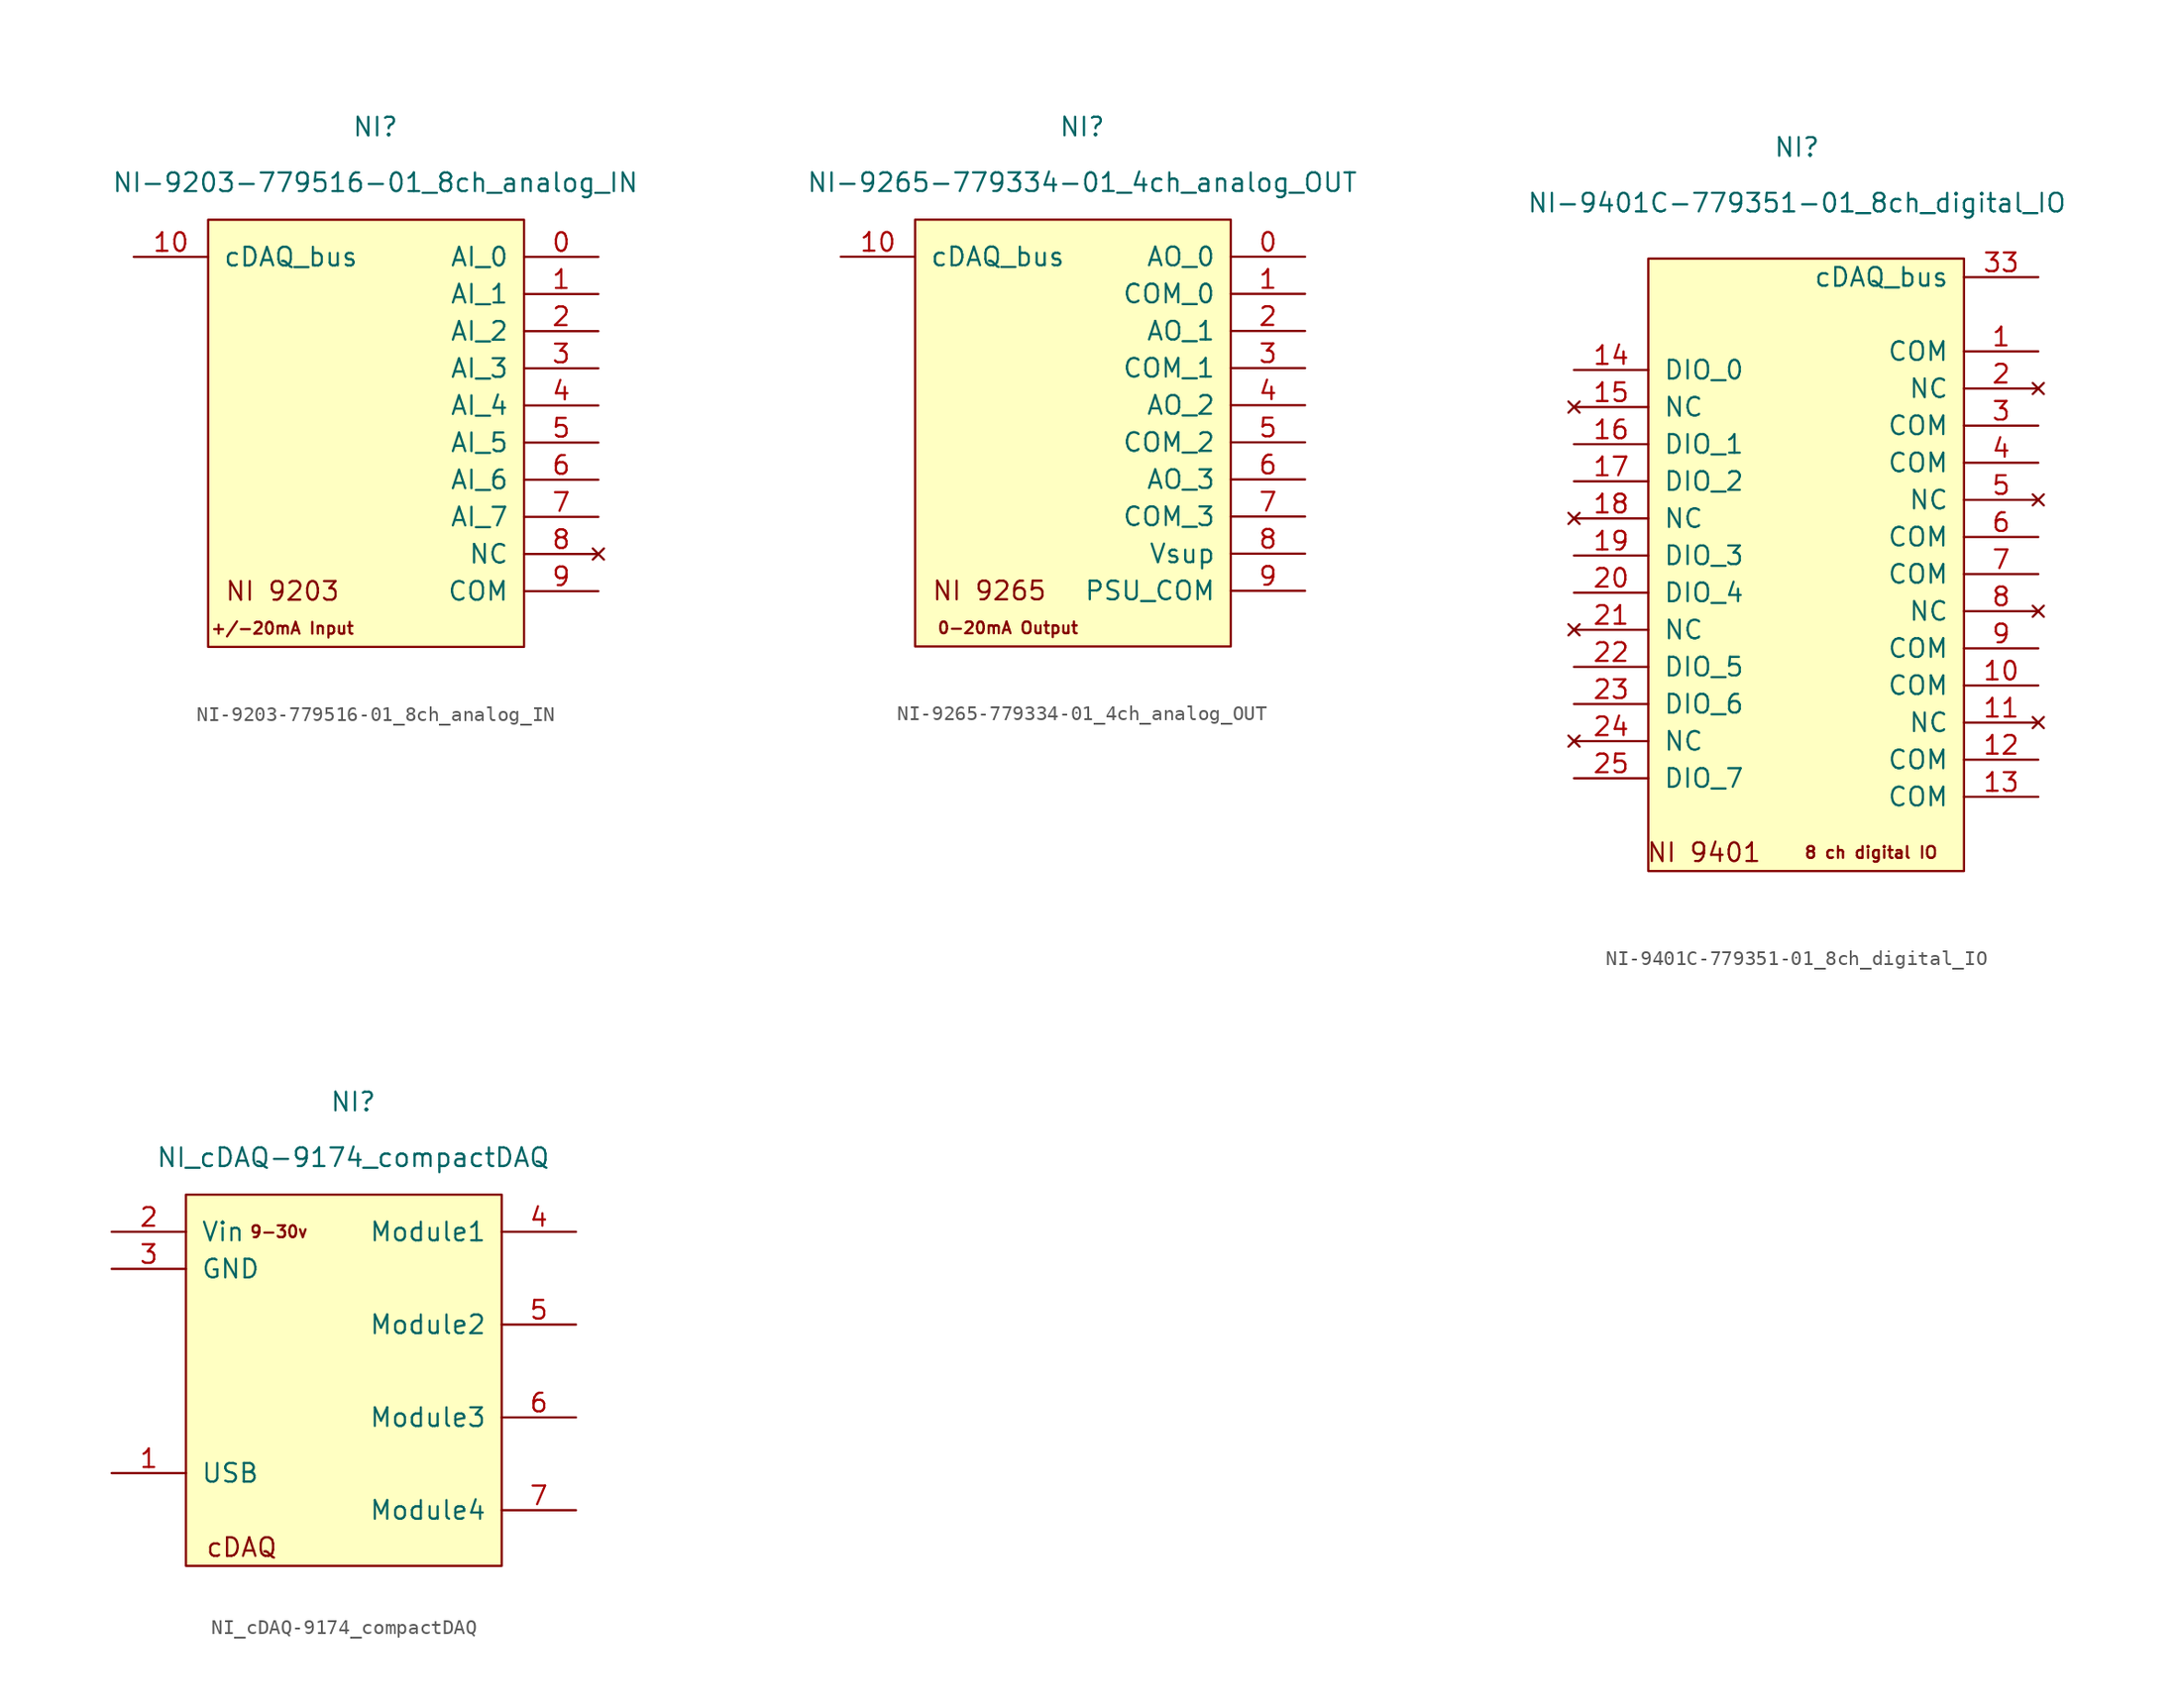
<source format=kicad_sym>
(kicad_symbol_lib
  (version 20211014)
  (generator kicad_symbol_editor)
  (symbol "NI-9203-779516-01_8ch_analog_IN"
    (pin_names
      (offset 1.016))
    (property "Reference" "NI"
      (at 0 11.43 0)
      (effects (font (size 1.27 1.27))))
    (property "Value" "NI-9203-779516-01_8ch_analog_IN"
      (at 0 7.62 0)
      (effects (font (size 1.27 1.27))))
    (symbol "NI-9203-779516-01_8ch_analog_IN_0_0"
      (text "+/-20mA Input" (at -6.35 -22.86 0) (effects (font (size 0.8 0.8))))
      (text "NI 9203" (at -6.35 -20.32 0) (effects (font (size 1.27 1.27)))))
    (symbol "NI-9203-779516-01_8ch_analog_IN_0_1"
      (rectangle (start -11.43 5.08) (end 10.16 -24.13) (stroke (width 0) (type default) (color 0 0 0 0)) (fill (type background))))
    (symbol "NI-9203-779516-01_8ch_analog_IN_1_1"
      (pin input line (at 15.24 2.54 180) (length 5.08) (name "AI_0" (effects (font (size 1.27 1.27)))) (number "0" (effects (font (size 1.27 1.27)))))
      (pin input line (at 15.24 0 180) (length 5.08) (name "AI_1" (effects (font (size 1.27 1.27)))) (number "1" (effects (font (size 1.27 1.27)))))
      (pin bidirectional line (at -16.51 2.54 0) (length 5.08) (name "cDAQ_bus" (effects (font (size 1.27 1.27)))) (number "10" (effects (font (size 1.27 1.27)))))
      (pin input line (at 15.24 -2.54 180) (length 5.08) (name "AI_2" (effects (font (size 1.27 1.27)))) (number "2" (effects (font (size 1.27 1.27)))))
      (pin input line (at 15.24 -5.08 180) (length 5.08) (name "AI_3" (effects (font (size 1.27 1.27)))) (number "3" (effects (font (size 1.27 1.27)))))
      (pin input line (at 15.24 -7.62 180) (length 5.08) (name "AI_4" (effects (font (size 1.27 1.27)))) (number "4" (effects (font (size 1.27 1.27)))))
      (pin input line (at 15.24 -10.16 180) (length 5.08) (name "AI_5" (effects (font (size 1.27 1.27)))) (number "5" (effects (font (size 1.27 1.27)))))
      (pin input line (at 15.24 -12.7 180) (length 5.08) (name "AI_6" (effects (font (size 1.27 1.27)))) (number "6" (effects (font (size 1.27 1.27)))))
      (pin input line (at 15.24 -15.24 180) (length 5.08) (name "AI_7" (effects (font (size 1.27 1.27)))) (number "7" (effects (font (size 1.27 1.27)))))
      (pin no_connect line (at 15.24 -17.78 180) (length 5.08) (name "NC" (effects (font (size 1.27 1.27)))) (number "8" (effects (font (size 1.27 1.27)))))
      (pin passive line (at 15.24 -20.32 180) (length 5.08) (name "COM" (effects (font (size 1.27 1.27)))) (number "9" (effects (font (size 1.27 1.27)))))))
  (symbol "NI-9265-779334-01_4ch_analog_OUT"
    (pin_names
      (offset 1.016))
    (property "Reference" "NI"
      (at 0 11.43 0)
      (effects (font (size 1.27 1.27))))
    (property "Value" "NI-9265-779334-01_4ch_analog_OUT"
      (at 0 7.62 0)
      (effects (font (size 1.27 1.27))))
    (symbol "NI-9265-779334-01_4ch_analog_OUT_0_0"
      (text "0-20mA Output" (at -5.08 -22.86 0) (effects (font (size 0.8 0.8))))
      (text "NI 9265" (at -6.35 -20.32 0) (effects (font (size 1.27 1.27)))))
    (symbol "NI-9265-779334-01_4ch_analog_OUT_0_1"
      (rectangle (start -11.43 5.08) (end 10.16 -24.13) (stroke (width 0) (type default) (color 0 0 0 0)) (fill (type background))))
    (symbol "NI-9265-779334-01_4ch_analog_OUT_1_1"
      (pin output line (at 15.24 2.54 180) (length 5.08) (name "AO_0" (effects (font (size 1.27 1.27)))) (number "0" (effects (font (size 1.27 1.27)))))
      (pin passive line (at 15.24 0 180) (length 5.08) (name "COM_0" (effects (font (size 1.27 1.27)))) (number "1" (effects (font (size 1.27 1.27)))))
      (pin bidirectional line (at -16.51 2.54 0) (length 5.08) (name "cDAQ_bus" (effects (font (size 1.27 1.27)))) (number "10" (effects (font (size 1.27 1.27)))))
      (pin output line (at 15.24 -2.54 180) (length 5.08) (name "AO_1" (effects (font (size 1.27 1.27)))) (number "2" (effects (font (size 1.27 1.27)))))
      (pin passive line (at 15.24 -5.08 180) (length 5.08) (name "COM_1" (effects (font (size 1.27 1.27)))) (number "3" (effects (font (size 1.27 1.27)))))
      (pin output line (at 15.24 -7.62 180) (length 5.08) (name "AO_2" (effects (font (size 1.27 1.27)))) (number "4" (effects (font (size 1.27 1.27)))))
      (pin passive line (at 15.24 -10.16 180) (length 5.08) (name "COM_2" (effects (font (size 1.27 1.27)))) (number "5" (effects (font (size 1.27 1.27)))))
      (pin output line (at 15.24 -12.7 180) (length 5.08) (name "AO_3" (effects (font (size 1.27 1.27)))) (number "6" (effects (font (size 1.27 1.27)))))
      (pin passive line (at 15.24 -15.24 180) (length 5.08) (name "COM_3" (effects (font (size 1.27 1.27)))) (number "7" (effects (font (size 1.27 1.27)))))
      (pin bidirectional line (at 15.24 -17.78 180) (length 5.08) (name "Vsup" (effects (font (size 1.27 1.27)))) (number "8" (effects (font (size 1.27 1.27)))))
      (pin bidirectional line (at 15.24 -20.32 180) (length 5.08) (name "PSU_COM" (effects (font (size 1.27 1.27)))) (number "9" (effects (font (size 1.27 1.27)))))))
  (symbol "NI-9401C-779351-01_8ch_digital_IO"
    (pin_names
      (offset 1.016))
    (property "Reference" "NI"
      (at 0 11.43 0)
      (effects (font (size 1.27 1.27))))
    (property "Value" "NI-9401C-779351-01_8ch_digital_IO"
      (at 0 7.62 0)
      (effects (font (size 1.27 1.27))))
    (symbol "NI-9401C-779351-01_8ch_digital_IO_0_0"
      (text "8 ch digital IO" (at 5.08 -36.83 0) (effects (font (size 0.8 0.8))))
      (text "NI 9401" (at -6.35 -36.83 0) (effects (font (size 1.27 1.27)))))
    (symbol "NI-9401C-779351-01_8ch_digital_IO_0_1"
      (rectangle (start -10.16 3.81) (end 11.43 -38.1) (stroke (width 0) (type default) (color 0 0 0 0)) (fill (type background))))
    (symbol "NI-9401C-779351-01_8ch_digital_IO_1_1"
      (pin passive line (at 16.51 -2.54 180) (length 5.08) (name "COM" (effects (font (size 1.27 1.27)))) (number "1" (effects (font (size 1.27 1.27)))))
      (pin passive line (at 16.51 -25.4 180) (length 5.08) (name "COM" (effects (font (size 1.27 1.27)))) (number "10" (effects (font (size 1.27 1.27)))))
      (pin no_connect line (at 16.51 -27.94 180) (length 5.08) (name "NC" (effects (font (size 1.27 1.27)))) (number "11" (effects (font (size 1.27 1.27)))))
      (pin passive line (at 16.51 -30.48 180) (length 5.08) (name "COM" (effects (font (size 1.27 1.27)))) (number "12" (effects (font (size 1.27 1.27)))))
      (pin passive line (at 16.51 -33.02 180) (length 5.08) (name "COM" (effects (font (size 1.27 1.27)))) (number "13" (effects (font (size 1.27 1.27)))))
      (pin bidirectional line (at -15.24 -3.81 0) (length 5.08) (name "DIO_0" (effects (font (size 1.27 1.27)))) (number "14" (effects (font (size 1.27 1.27)))))
      (pin no_connect line (at -15.24 -6.35 0) (length 5.08) (name "NC" (effects (font (size 1.27 1.27)))) (number "15" (effects (font (size 1.27 1.27)))))
      (pin bidirectional line (at -15.24 -8.89 0) (length 5.08) (name "DIO_1" (effects (font (size 1.27 1.27)))) (number "16" (effects (font (size 1.27 1.27)))))
      (pin bidirectional line (at -15.24 -11.43 0) (length 5.08) (name "DIO_2" (effects (font (size 1.27 1.27)))) (number "17" (effects (font (size 1.27 1.27)))))
      (pin no_connect line (at -15.24 -13.97 0) (length 5.08) (name "NC" (effects (font (size 1.27 1.27)))) (number "18" (effects (font (size 1.27 1.27)))))
      (pin bidirectional line (at -15.24 -16.51 0) (length 5.08) (name "DIO_3" (effects (font (size 1.27 1.27)))) (number "19" (effects (font (size 1.27 1.27)))))
      (pin no_connect line (at 16.51 -5.08 180) (length 5.08) (name "NC" (effects (font (size 1.27 1.27)))) (number "2" (effects (font (size 1.27 1.27)))))
      (pin bidirectional line (at -15.24 -19.05 0) (length 5.08) (name "DIO_4" (effects (font (size 1.27 1.27)))) (number "20" (effects (font (size 1.27 1.27)))))
      (pin no_connect line (at -15.24 -21.59 0) (length 5.08) (name "NC" (effects (font (size 1.27 1.27)))) (number "21" (effects (font (size 1.27 1.27)))))
      (pin bidirectional line (at -15.24 -24.13 0) (length 5.08) (name "DIO_5" (effects (font (size 1.27 1.27)))) (number "22" (effects (font (size 1.27 1.27)))))
      (pin bidirectional line (at -15.24 -26.67 0) (length 5.08) (name "DIO_6" (effects (font (size 1.27 1.27)))) (number "23" (effects (font (size 1.27 1.27)))))
      (pin no_connect line (at -15.24 -29.21 0) (length 5.08) (name "NC" (effects (font (size 1.27 1.27)))) (number "24" (effects (font (size 1.27 1.27)))))
      (pin bidirectional line (at -15.24 -31.75 0) (length 5.08) (name "DIO_7" (effects (font (size 1.27 1.27)))) (number "25" (effects (font (size 1.27 1.27)))))
      (pin passive line (at 16.51 -7.62 180) (length 5.08) (name "COM" (effects (font (size 1.27 1.27)))) (number "3" (effects (font (size 1.27 1.27)))))
      (pin bidirectional line (at 16.51 2.54 180) (length 5.08) (name "cDAQ_bus" (effects (font (size 1.27 1.27)))) (number "33" (effects (font (size 1.27 1.27)))))
      (pin passive line (at 16.51 -10.16 180) (length 5.08) (name "COM" (effects (font (size 1.27 1.27)))) (number "4" (effects (font (size 1.27 1.27)))))
      (pin no_connect line (at 16.51 -12.7 180) (length 5.08) (name "NC" (effects (font (size 1.27 1.27)))) (number "5" (effects (font (size 1.27 1.27)))))
      (pin passive line (at 16.51 -15.24 180) (length 5.08) (name "COM" (effects (font (size 1.27 1.27)))) (number "6" (effects (font (size 1.27 1.27)))))
      (pin passive line (at 16.51 -17.78 180) (length 5.08) (name "COM" (effects (font (size 1.27 1.27)))) (number "7" (effects (font (size 1.27 1.27)))))
      (pin no_connect line (at 16.51 -20.32 180) (length 5.08) (name "NC" (effects (font (size 1.27 1.27)))) (number "8" (effects (font (size 1.27 1.27)))))
      (pin passive line (at 16.51 -22.86 180) (length 5.08) (name "COM" (effects (font (size 1.27 1.27)))) (number "9" (effects (font (size 1.27 1.27)))))))
  (symbol "NI_cDAQ-9174_compactDAQ"
    (pin_names
      (offset 1.016))
    (property "Reference" "NI"
      (at 0 11.43 0)
      (effects (font (size 1.27 1.27))))
    (property "Value" "NI_cDAQ-9174_compactDAQ"
      (at 0 7.62 0)
      (effects (font (size 1.27 1.27))))
    (symbol "NI_cDAQ-9174_compactDAQ_0_0"
      (text "9-30v" (at -5.08 2.54 0) (effects (font (size 0.8 0.8))))
      (text "cDAQ" (at -7.62 -19.05 0) (effects (font (size 1.27 1.27)))))
    (symbol "NI_cDAQ-9174_compactDAQ_0_1"
      (rectangle (start -11.43 -20.32) (end 10.16 5.08) (stroke (width 0) (type default) (color 0 0 0 0)) (fill (type background))))
    (symbol "NI_cDAQ-9174_compactDAQ_1_1"
      (pin bidirectional line (at -16.51 -13.97 0) (length 5.08) (name "USB" (effects (font (size 1.27 1.27)))) (number "1" (effects (font (size 1.27 1.27)))))
      (pin input line (at -16.51 2.54 0) (length 5.08) (name "Vin" (effects (font (size 1.27 1.27)))) (number "2" (effects (font (size 1.27 1.27)))))
      (pin input line (at -16.51 0 0) (length 5.08) (name "GND" (effects (font (size 1.27 1.27)))) (number "3" (effects (font (size 1.27 1.27)))))
      (pin bidirectional line (at 15.24 2.54 180) (length 5.08) (name "Module1" (effects (font (size 1.27 1.27)))) (number "4" (effects (font (size 1.27 1.27)))))
      (pin bidirectional line (at 15.24 -3.81 180) (length 5.08) (name "Module2" (effects (font (size 1.27 1.27)))) (number "5" (effects (font (size 1.27 1.27)))))
      (pin bidirectional line (at 15.24 -10.16 180) (length 5.08) (name "Module3" (effects (font (size 1.27 1.27)))) (number "6" (effects (font (size 1.27 1.27)))))
      (pin bidirectional line (at 15.24 -16.51 180) (length 5.08) (name "Module4" (effects (font (size 1.27 1.27)))) (number "7" (effects (font (size 1.27 1.27))))))))
</source>
